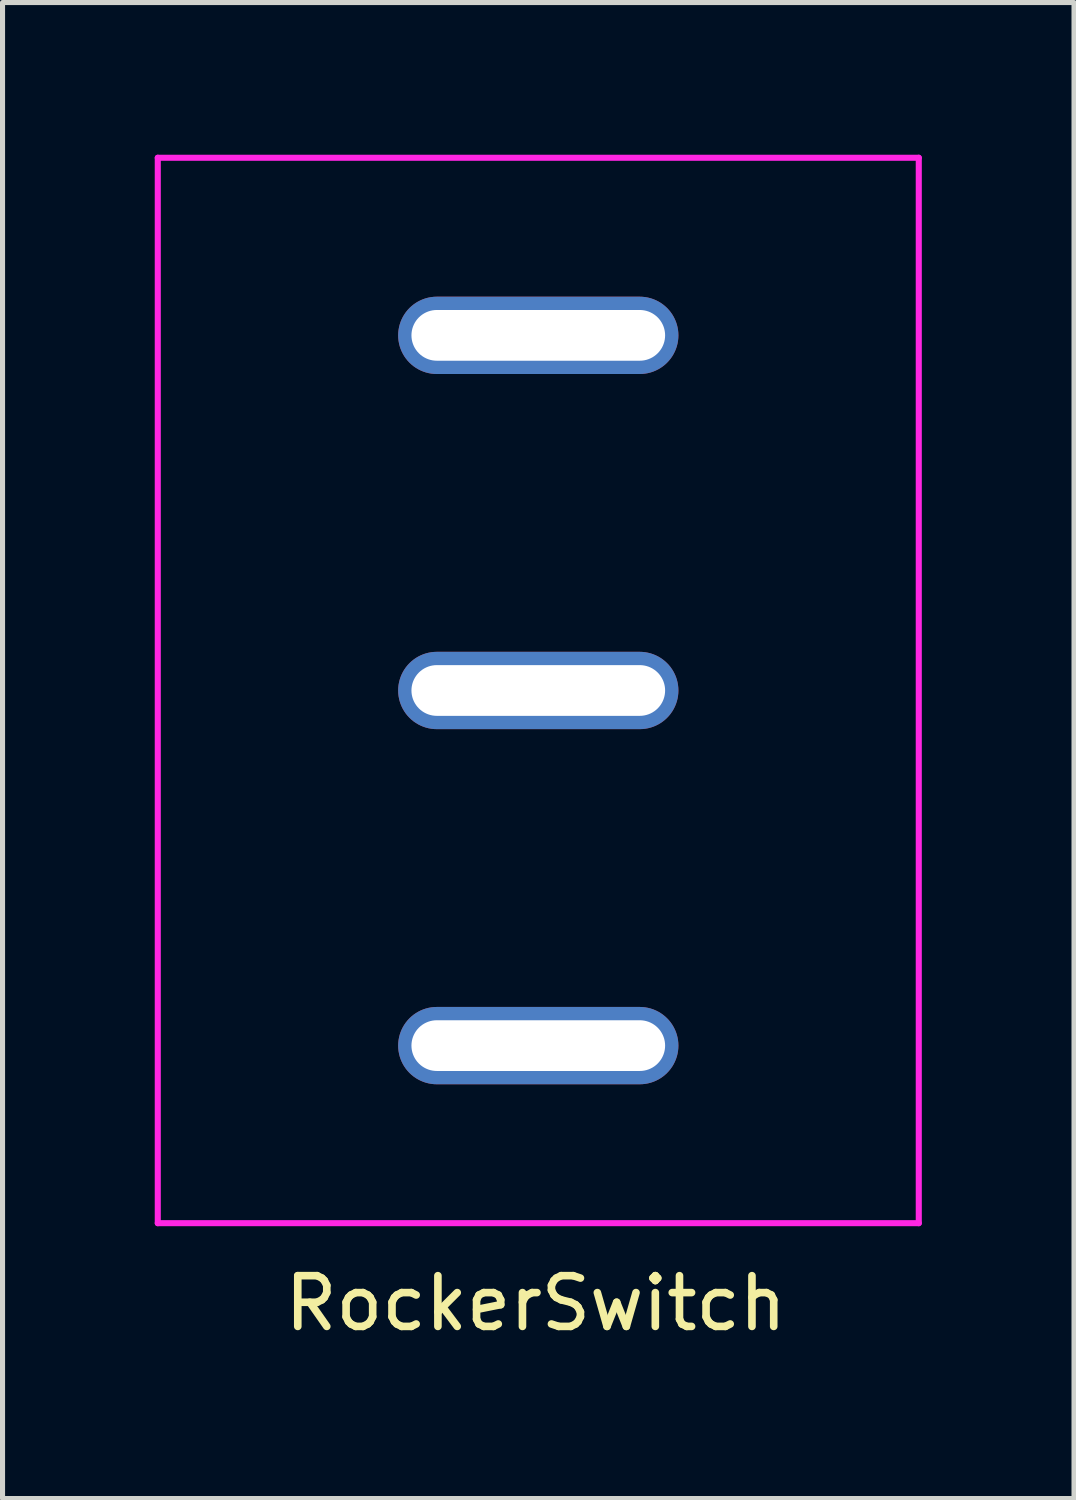
<source format=kicad_pcb>
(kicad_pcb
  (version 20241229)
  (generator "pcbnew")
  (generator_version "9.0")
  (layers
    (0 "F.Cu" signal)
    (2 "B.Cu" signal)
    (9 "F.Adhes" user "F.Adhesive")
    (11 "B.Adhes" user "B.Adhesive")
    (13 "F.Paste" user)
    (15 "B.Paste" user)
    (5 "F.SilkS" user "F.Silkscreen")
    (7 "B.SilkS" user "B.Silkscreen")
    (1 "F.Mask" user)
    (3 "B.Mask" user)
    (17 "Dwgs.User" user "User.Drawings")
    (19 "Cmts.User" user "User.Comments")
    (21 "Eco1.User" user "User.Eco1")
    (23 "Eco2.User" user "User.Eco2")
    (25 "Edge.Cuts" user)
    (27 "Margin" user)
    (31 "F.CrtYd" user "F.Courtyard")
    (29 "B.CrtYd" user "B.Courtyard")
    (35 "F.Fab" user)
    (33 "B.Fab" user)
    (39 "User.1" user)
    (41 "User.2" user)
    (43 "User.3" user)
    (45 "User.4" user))
  (footprint "RockerSwitch"
    (layer "F.Cu")
    (at 7.56 10.56)
    (property "Reference" "RockerSwitch" (at -0.05 12.08 0) (layer "F.SilkS") (effects (font (size 1 1) (thickness 0.15))))
    (attr through_hole)
    (fp_line (start -7.5 10.5) (end -7.5 -10.5) (stroke (width 0.12) (type solid)) (layer "F.CrtYd"))
    (fp_line (start 7.5 -10.5) (end -7.5 -10.5) (stroke (width 0.12) (type solid)) (layer "F.CrtYd"))
    (fp_line (start 7.5 10.5) (end -7.5 10.5) (stroke (width 0.12) (type solid)) (layer "F.CrtYd"))
    (fp_line (start 7.5 10.5) (end 7.5 -10.5) (stroke (width 0.12) (type solid)) (layer "F.CrtYd"))
    (pad "1" thru_hole oval (at 0 7) (size 5.524 1.524) (drill oval 5 1) (layers "*.Cu" "*.Mask"))
    (pad "2" thru_hole oval (at 0 0) (size 5.524 1.524) (drill oval 5 1) (layers "*.Cu" "*.Mask"))
    (pad "3" thru_hole oval (at 0 -7) (size 5.524 1.524) (drill oval 5 1) (layers "*.Cu" "*.Mask")))
  (gr_rect
    (start -3 -3)
    (end 18.12 26.488)
    (stroke (width 0.1) (type default))
    (fill no)
    (layer "Edge.Cuts")))
</source>
